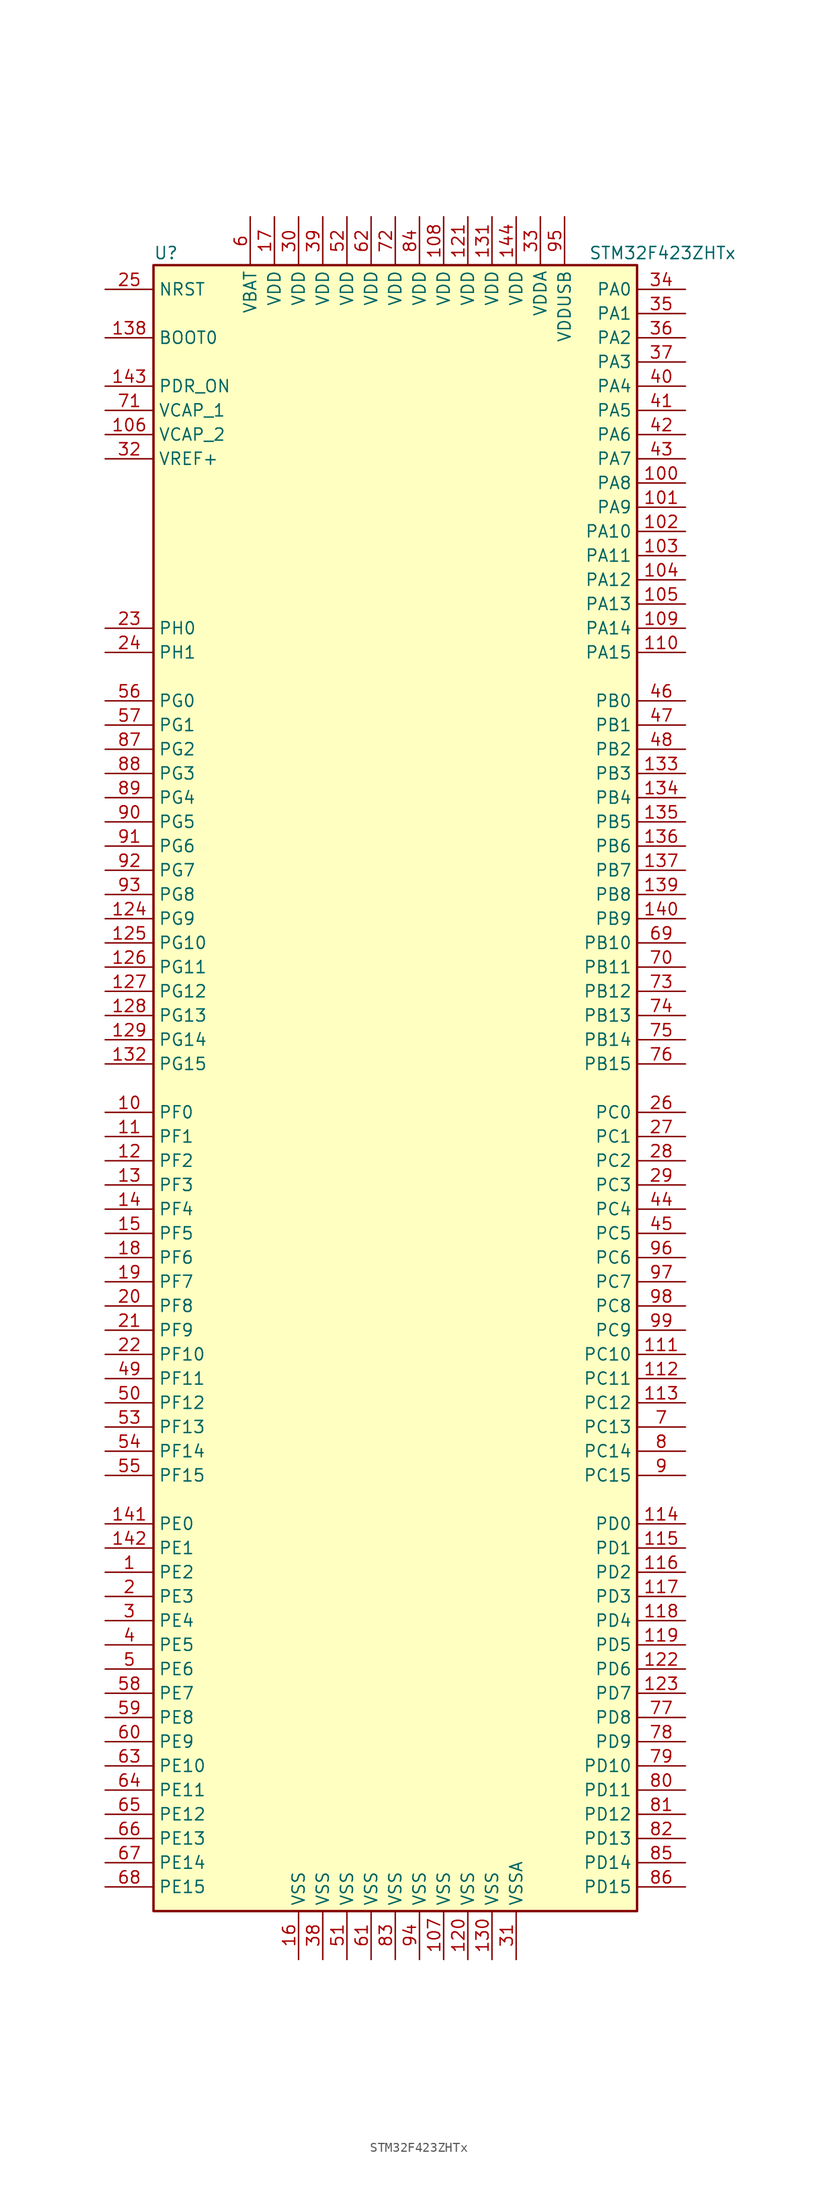
<source format=kicad_sym>
(kicad_symbol_lib
  (version 20201005)
  (generator kicad_symbol_editor)
  (symbol "STM32F423ZHTx"
    (property "Reference" "U"
      (at -25.4 87.63 0)
      (effects (font (size 1.27 1.27)) (justify left)))
    (property "Value" "STM32F423ZHTx"
      (at 20.32 87.63 0)
      (effects (font (size 1.27 1.27)) (justify left)))
    (symbol "STM32F423ZHTx_0_1"
      (rectangle (start -25.4 -86.36) (end 25.4 86.36) (stroke (width 0.254)) (fill (type background))))
    (symbol "STM32F423ZHTx_1_1"
      (pin input line (at -30.48 78.74 0) (length 5.08) (name "BOOT0" (effects (font (size 1.27 1.27)))) (number "138" (effects (font (size 1.27 1.27)))))
      (pin input line (at -30.48 83.82 0) (length 5.08) (name "NRST" (effects (font (size 1.27 1.27)))) (number "25" (effects (font (size 1.27 1.27)))))
      (pin bidirectional line (at 30.48 83.82 180) (length 5.08) (name "PA0" (effects (font (size 1.27 1.27)))) (number "34" (effects (font (size 1.27 1.27)))))
      (pin bidirectional line (at 30.48 81.28 180) (length 5.08) (name "PA1" (effects (font (size 1.27 1.27)))) (number "35" (effects (font (size 1.27 1.27)))))
      (pin bidirectional line (at 30.48 58.42 180) (length 5.08) (name "PA10" (effects (font (size 1.27 1.27)))) (number "102" (effects (font (size 1.27 1.27)))))
      (pin bidirectional line (at 30.48 55.88 180) (length 5.08) (name "PA11" (effects (font (size 1.27 1.27)))) (number "103" (effects (font (size 1.27 1.27)))))
      (pin bidirectional line (at 30.48 53.34 180) (length 5.08) (name "PA12" (effects (font (size 1.27 1.27)))) (number "104" (effects (font (size 1.27 1.27)))))
      (pin bidirectional line (at 30.48 50.8 180) (length 5.08) (name "PA13" (effects (font (size 1.27 1.27)))) (number "105" (effects (font (size 1.27 1.27)))))
      (pin bidirectional line (at 30.48 48.26 180) (length 5.08) (name "PA14" (effects (font (size 1.27 1.27)))) (number "109" (effects (font (size 1.27 1.27)))))
      (pin bidirectional line (at 30.48 45.72 180) (length 5.08) (name "PA15" (effects (font (size 1.27 1.27)))) (number "110" (effects (font (size 1.27 1.27)))))
      (pin bidirectional line (at 30.48 78.74 180) (length 5.08) (name "PA2" (effects (font (size 1.27 1.27)))) (number "36" (effects (font (size 1.27 1.27)))))
      (pin bidirectional line (at 30.48 76.2 180) (length 5.08) (name "PA3" (effects (font (size 1.27 1.27)))) (number "37" (effects (font (size 1.27 1.27)))))
      (pin bidirectional line (at 30.48 73.66 180) (length 5.08) (name "PA4" (effects (font (size 1.27 1.27)))) (number "40" (effects (font (size 1.27 1.27)))))
      (pin bidirectional line (at 30.48 71.12 180) (length 5.08) (name "PA5" (effects (font (size 1.27 1.27)))) (number "41" (effects (font (size 1.27 1.27)))))
      (pin bidirectional line (at 30.48 68.58 180) (length 5.08) (name "PA6" (effects (font (size 1.27 1.27)))) (number "42" (effects (font (size 1.27 1.27)))))
      (pin bidirectional line (at 30.48 66.04 180) (length 5.08) (name "PA7" (effects (font (size 1.27 1.27)))) (number "43" (effects (font (size 1.27 1.27)))))
      (pin bidirectional line (at 30.48 63.5 180) (length 5.08) (name "PA8" (effects (font (size 1.27 1.27)))) (number "100" (effects (font (size 1.27 1.27)))))
      (pin bidirectional line (at 30.48 60.96 180) (length 5.08) (name "PA9" (effects (font (size 1.27 1.27)))) (number "101" (effects (font (size 1.27 1.27)))))
      (pin bidirectional line (at 30.48 40.64 180) (length 5.08) (name "PB0" (effects (font (size 1.27 1.27)))) (number "46" (effects (font (size 1.27 1.27)))))
      (pin bidirectional line (at 30.48 38.1 180) (length 5.08) (name "PB1" (effects (font (size 1.27 1.27)))) (number "47" (effects (font (size 1.27 1.27)))))
      (pin bidirectional line (at 30.48 15.24 180) (length 5.08) (name "PB10" (effects (font (size 1.27 1.27)))) (number "69" (effects (font (size 1.27 1.27)))))
      (pin bidirectional line (at 30.48 12.7 180) (length 5.08) (name "PB11" (effects (font (size 1.27 1.27)))) (number "70" (effects (font (size 1.27 1.27)))))
      (pin bidirectional line (at 30.48 10.16 180) (length 5.08) (name "PB12" (effects (font (size 1.27 1.27)))) (number "73" (effects (font (size 1.27 1.27)))))
      (pin bidirectional line (at 30.48 7.62 180) (length 5.08) (name "PB13" (effects (font (size 1.27 1.27)))) (number "74" (effects (font (size 1.27 1.27)))))
      (pin bidirectional line (at 30.48 5.08 180) (length 5.08) (name "PB14" (effects (font (size 1.27 1.27)))) (number "75" (effects (font (size 1.27 1.27)))))
      (pin bidirectional line (at 30.48 2.54 180) (length 5.08) (name "PB15" (effects (font (size 1.27 1.27)))) (number "76" (effects (font (size 1.27 1.27)))))
      (pin bidirectional line (at 30.48 35.56 180) (length 5.08) (name "PB2" (effects (font (size 1.27 1.27)))) (number "48" (effects (font (size 1.27 1.27)))))
      (pin bidirectional line (at 30.48 33.02 180) (length 5.08) (name "PB3" (effects (font (size 1.27 1.27)))) (number "133" (effects (font (size 1.27 1.27)))))
      (pin bidirectional line (at 30.48 30.48 180) (length 5.08) (name "PB4" (effects (font (size 1.27 1.27)))) (number "134" (effects (font (size 1.27 1.27)))))
      (pin bidirectional line (at 30.48 27.94 180) (length 5.08) (name "PB5" (effects (font (size 1.27 1.27)))) (number "135" (effects (font (size 1.27 1.27)))))
      (pin bidirectional line (at 30.48 25.4 180) (length 5.08) (name "PB6" (effects (font (size 1.27 1.27)))) (number "136" (effects (font (size 1.27 1.27)))))
      (pin bidirectional line (at 30.48 22.86 180) (length 5.08) (name "PB7" (effects (font (size 1.27 1.27)))) (number "137" (effects (font (size 1.27 1.27)))))
      (pin bidirectional line (at 30.48 20.32 180) (length 5.08) (name "PB8" (effects (font (size 1.27 1.27)))) (number "139" (effects (font (size 1.27 1.27)))))
      (pin bidirectional line (at 30.48 17.78 180) (length 5.08) (name "PB9" (effects (font (size 1.27 1.27)))) (number "140" (effects (font (size 1.27 1.27)))))
      (pin bidirectional line (at 30.48 -2.54 180) (length 5.08) (name "PC0" (effects (font (size 1.27 1.27)))) (number "26" (effects (font (size 1.27 1.27)))))
      (pin bidirectional line (at 30.48 -5.08 180) (length 5.08) (name "PC1" (effects (font (size 1.27 1.27)))) (number "27" (effects (font (size 1.27 1.27)))))
      (pin bidirectional line (at 30.48 -27.94 180) (length 5.08) (name "PC10" (effects (font (size 1.27 1.27)))) (number "111" (effects (font (size 1.27 1.27)))))
      (pin bidirectional line (at 30.48 -30.48 180) (length 5.08) (name "PC11" (effects (font (size 1.27 1.27)))) (number "112" (effects (font (size 1.27 1.27)))))
      (pin bidirectional line (at 30.48 -33.02 180) (length 5.08) (name "PC12" (effects (font (size 1.27 1.27)))) (number "113" (effects (font (size 1.27 1.27)))))
      (pin bidirectional line (at 30.48 -35.56 180) (length 5.08) (name "PC13" (effects (font (size 1.27 1.27)))) (number "7" (effects (font (size 1.27 1.27)))))
      (pin bidirectional line (at 30.48 -38.1 180) (length 5.08) (name "PC14" (effects (font (size 1.27 1.27)))) (number "8" (effects (font (size 1.27 1.27)))))
      (pin bidirectional line (at 30.48 -40.64 180) (length 5.08) (name "PC15" (effects (font (size 1.27 1.27)))) (number "9" (effects (font (size 1.27 1.27)))))
      (pin bidirectional line (at 30.48 -7.62 180) (length 5.08) (name "PC2" (effects (font (size 1.27 1.27)))) (number "28" (effects (font (size 1.27 1.27)))))
      (pin bidirectional line (at 30.48 -10.16 180) (length 5.08) (name "PC3" (effects (font (size 1.27 1.27)))) (number "29" (effects (font (size 1.27 1.27)))))
      (pin bidirectional line (at 30.48 -12.7 180) (length 5.08) (name "PC4" (effects (font (size 1.27 1.27)))) (number "44" (effects (font (size 1.27 1.27)))))
      (pin bidirectional line (at 30.48 -15.24 180) (length 5.08) (name "PC5" (effects (font (size 1.27 1.27)))) (number "45" (effects (font (size 1.27 1.27)))))
      (pin bidirectional line (at 30.48 -17.78 180) (length 5.08) (name "PC6" (effects (font (size 1.27 1.27)))) (number "96" (effects (font (size 1.27 1.27)))))
      (pin bidirectional line (at 30.48 -20.32 180) (length 5.08) (name "PC7" (effects (font (size 1.27 1.27)))) (number "97" (effects (font (size 1.27 1.27)))))
      (pin bidirectional line (at 30.48 -22.86 180) (length 5.08) (name "PC8" (effects (font (size 1.27 1.27)))) (number "98" (effects (font (size 1.27 1.27)))))
      (pin bidirectional line (at 30.48 -25.4 180) (length 5.08) (name "PC9" (effects (font (size 1.27 1.27)))) (number "99" (effects (font (size 1.27 1.27)))))
      (pin bidirectional line (at 30.48 -45.72 180) (length 5.08) (name "PD0" (effects (font (size 1.27 1.27)))) (number "114" (effects (font (size 1.27 1.27)))))
      (pin bidirectional line (at 30.48 -48.26 180) (length 5.08) (name "PD1" (effects (font (size 1.27 1.27)))) (number "115" (effects (font (size 1.27 1.27)))))
      (pin bidirectional line (at 30.48 -71.12 180) (length 5.08) (name "PD10" (effects (font (size 1.27 1.27)))) (number "79" (effects (font (size 1.27 1.27)))))
      (pin bidirectional line (at 30.48 -73.66 180) (length 5.08) (name "PD11" (effects (font (size 1.27 1.27)))) (number "80" (effects (font (size 1.27 1.27)))))
      (pin bidirectional line (at 30.48 -76.2 180) (length 5.08) (name "PD12" (effects (font (size 1.27 1.27)))) (number "81" (effects (font (size 1.27 1.27)))))
      (pin bidirectional line (at 30.48 -78.74 180) (length 5.08) (name "PD13" (effects (font (size 1.27 1.27)))) (number "82" (effects (font (size 1.27 1.27)))))
      (pin bidirectional line (at 30.48 -81.28 180) (length 5.08) (name "PD14" (effects (font (size 1.27 1.27)))) (number "85" (effects (font (size 1.27 1.27)))))
      (pin bidirectional line (at 30.48 -83.82 180) (length 5.08) (name "PD15" (effects (font (size 1.27 1.27)))) (number "86" (effects (font (size 1.27 1.27)))))
      (pin bidirectional line (at 30.48 -50.8 180) (length 5.08) (name "PD2" (effects (font (size 1.27 1.27)))) (number "116" (effects (font (size 1.27 1.27)))))
      (pin bidirectional line (at 30.48 -53.34 180) (length 5.08) (name "PD3" (effects (font (size 1.27 1.27)))) (number "117" (effects (font (size 1.27 1.27)))))
      (pin bidirectional line (at 30.48 -55.88 180) (length 5.08) (name "PD4" (effects (font (size 1.27 1.27)))) (number "118" (effects (font (size 1.27 1.27)))))
      (pin bidirectional line (at 30.48 -58.42 180) (length 5.08) (name "PD5" (effects (font (size 1.27 1.27)))) (number "119" (effects (font (size 1.27 1.27)))))
      (pin bidirectional line (at 30.48 -60.96 180) (length 5.08) (name "PD6" (effects (font (size 1.27 1.27)))) (number "122" (effects (font (size 1.27 1.27)))))
      (pin bidirectional line (at 30.48 -63.5 180) (length 5.08) (name "PD7" (effects (font (size 1.27 1.27)))) (number "123" (effects (font (size 1.27 1.27)))))
      (pin bidirectional line (at 30.48 -66.04 180) (length 5.08) (name "PD8" (effects (font (size 1.27 1.27)))) (number "77" (effects (font (size 1.27 1.27)))))
      (pin bidirectional line (at 30.48 -68.58 180) (length 5.08) (name "PD9" (effects (font (size 1.27 1.27)))) (number "78" (effects (font (size 1.27 1.27)))))
      (pin power_in line (at -30.48 73.66 0) (length 5.08) (name "PDR_ON" (effects (font (size 1.27 1.27)))) (number "143" (effects (font (size 1.27 1.27)))))
      (pin bidirectional line (at -30.48 -45.72 0) (length 5.08) (name "PE0" (effects (font (size 1.27 1.27)))) (number "141" (effects (font (size 1.27 1.27)))))
      (pin bidirectional line (at -30.48 -48.26 0) (length 5.08) (name "PE1" (effects (font (size 1.27 1.27)))) (number "142" (effects (font (size 1.27 1.27)))))
      (pin bidirectional line (at -30.48 -71.12 0) (length 5.08) (name "PE10" (effects (font (size 1.27 1.27)))) (number "63" (effects (font (size 1.27 1.27)))))
      (pin bidirectional line (at -30.48 -73.66 0) (length 5.08) (name "PE11" (effects (font (size 1.27 1.27)))) (number "64" (effects (font (size 1.27 1.27)))))
      (pin bidirectional line (at -30.48 -76.2 0) (length 5.08) (name "PE12" (effects (font (size 1.27 1.27)))) (number "65" (effects (font (size 1.27 1.27)))))
      (pin bidirectional line (at -30.48 -78.74 0) (length 5.08) (name "PE13" (effects (font (size 1.27 1.27)))) (number "66" (effects (font (size 1.27 1.27)))))
      (pin bidirectional line (at -30.48 -81.28 0) (length 5.08) (name "PE14" (effects (font (size 1.27 1.27)))) (number "67" (effects (font (size 1.27 1.27)))))
      (pin bidirectional line (at -30.48 -83.82 0) (length 5.08) (name "PE15" (effects (font (size 1.27 1.27)))) (number "68" (effects (font (size 1.27 1.27)))))
      (pin bidirectional line (at -30.48 -50.8 0) (length 5.08) (name "PE2" (effects (font (size 1.27 1.27)))) (number "1" (effects (font (size 1.27 1.27)))))
      (pin bidirectional line (at -30.48 -53.34 0) (length 5.08) (name "PE3" (effects (font (size 1.27 1.27)))) (number "2" (effects (font (size 1.27 1.27)))))
      (pin bidirectional line (at -30.48 -55.88 0) (length 5.08) (name "PE4" (effects (font (size 1.27 1.27)))) (number "3" (effects (font (size 1.27 1.27)))))
      (pin bidirectional line (at -30.48 -58.42 0) (length 5.08) (name "PE5" (effects (font (size 1.27 1.27)))) (number "4" (effects (font (size 1.27 1.27)))))
      (pin bidirectional line (at -30.48 -60.96 0) (length 5.08) (name "PE6" (effects (font (size 1.27 1.27)))) (number "5" (effects (font (size 1.27 1.27)))))
      (pin bidirectional line (at -30.48 -63.5 0) (length 5.08) (name "PE7" (effects (font (size 1.27 1.27)))) (number "58" (effects (font (size 1.27 1.27)))))
      (pin bidirectional line (at -30.48 -66.04 0) (length 5.08) (name "PE8" (effects (font (size 1.27 1.27)))) (number "59" (effects (font (size 1.27 1.27)))))
      (pin bidirectional line (at -30.48 -68.58 0) (length 5.08) (name "PE9" (effects (font (size 1.27 1.27)))) (number "60" (effects (font (size 1.27 1.27)))))
      (pin bidirectional line (at -30.48 -2.54 0) (length 5.08) (name "PF0" (effects (font (size 1.27 1.27)))) (number "10" (effects (font (size 1.27 1.27)))))
      (pin bidirectional line (at -30.48 -5.08 0) (length 5.08) (name "PF1" (effects (font (size 1.27 1.27)))) (number "11" (effects (font (size 1.27 1.27)))))
      (pin bidirectional line (at -30.48 -27.94 0) (length 5.08) (name "PF10" (effects (font (size 1.27 1.27)))) (number "22" (effects (font (size 1.27 1.27)))))
      (pin bidirectional line (at -30.48 -30.48 0) (length 5.08) (name "PF11" (effects (font (size 1.27 1.27)))) (number "49" (effects (font (size 1.27 1.27)))))
      (pin bidirectional line (at -30.48 -33.02 0) (length 5.08) (name "PF12" (effects (font (size 1.27 1.27)))) (number "50" (effects (font (size 1.27 1.27)))))
      (pin bidirectional line (at -30.48 -35.56 0) (length 5.08) (name "PF13" (effects (font (size 1.27 1.27)))) (number "53" (effects (font (size 1.27 1.27)))))
      (pin bidirectional line (at -30.48 -38.1 0) (length 5.08) (name "PF14" (effects (font (size 1.27 1.27)))) (number "54" (effects (font (size 1.27 1.27)))))
      (pin bidirectional line (at -30.48 -40.64 0) (length 5.08) (name "PF15" (effects (font (size 1.27 1.27)))) (number "55" (effects (font (size 1.27 1.27)))))
      (pin bidirectional line (at -30.48 -7.62 0) (length 5.08) (name "PF2" (effects (font (size 1.27 1.27)))) (number "12" (effects (font (size 1.27 1.27)))))
      (pin bidirectional line (at -30.48 -10.16 0) (length 5.08) (name "PF3" (effects (font (size 1.27 1.27)))) (number "13" (effects (font (size 1.27 1.27)))))
      (pin bidirectional line (at -30.48 -12.7 0) (length 5.08) (name "PF4" (effects (font (size 1.27 1.27)))) (number "14" (effects (font (size 1.27 1.27)))))
      (pin bidirectional line (at -30.48 -15.24 0) (length 5.08) (name "PF5" (effects (font (size 1.27 1.27)))) (number "15" (effects (font (size 1.27 1.27)))))
      (pin bidirectional line (at -30.48 -17.78 0) (length 5.08) (name "PF6" (effects (font (size 1.27 1.27)))) (number "18" (effects (font (size 1.27 1.27)))))
      (pin bidirectional line (at -30.48 -20.32 0) (length 5.08) (name "PF7" (effects (font (size 1.27 1.27)))) (number "19" (effects (font (size 1.27 1.27)))))
      (pin bidirectional line (at -30.48 -22.86 0) (length 5.08) (name "PF8" (effects (font (size 1.27 1.27)))) (number "20" (effects (font (size 1.27 1.27)))))
      (pin bidirectional line (at -30.48 -25.4 0) (length 5.08) (name "PF9" (effects (font (size 1.27 1.27)))) (number "21" (effects (font (size 1.27 1.27)))))
      (pin bidirectional line (at -30.48 40.64 0) (length 5.08) (name "PG0" (effects (font (size 1.27 1.27)))) (number "56" (effects (font (size 1.27 1.27)))))
      (pin bidirectional line (at -30.48 38.1 0) (length 5.08) (name "PG1" (effects (font (size 1.27 1.27)))) (number "57" (effects (font (size 1.27 1.27)))))
      (pin bidirectional line (at -30.48 15.24 0) (length 5.08) (name "PG10" (effects (font (size 1.27 1.27)))) (number "125" (effects (font (size 1.27 1.27)))))
      (pin bidirectional line (at -30.48 12.7 0) (length 5.08) (name "PG11" (effects (font (size 1.27 1.27)))) (number "126" (effects (font (size 1.27 1.27)))))
      (pin bidirectional line (at -30.48 10.16 0) (length 5.08) (name "PG12" (effects (font (size 1.27 1.27)))) (number "127" (effects (font (size 1.27 1.27)))))
      (pin bidirectional line (at -30.48 7.62 0) (length 5.08) (name "PG13" (effects (font (size 1.27 1.27)))) (number "128" (effects (font (size 1.27 1.27)))))
      (pin bidirectional line (at -30.48 5.08 0) (length 5.08) (name "PG14" (effects (font (size 1.27 1.27)))) (number "129" (effects (font (size 1.27 1.27)))))
      (pin bidirectional line (at -30.48 2.54 0) (length 5.08) (name "PG15" (effects (font (size 1.27 1.27)))) (number "132" (effects (font (size 1.27 1.27)))))
      (pin bidirectional line (at -30.48 35.56 0) (length 5.08) (name "PG2" (effects (font (size 1.27 1.27)))) (number "87" (effects (font (size 1.27 1.27)))))
      (pin bidirectional line (at -30.48 33.02 0) (length 5.08) (name "PG3" (effects (font (size 1.27 1.27)))) (number "88" (effects (font (size 1.27 1.27)))))
      (pin bidirectional line (at -30.48 30.48 0) (length 5.08) (name "PG4" (effects (font (size 1.27 1.27)))) (number "89" (effects (font (size 1.27 1.27)))))
      (pin bidirectional line (at -30.48 27.94 0) (length 5.08) (name "PG5" (effects (font (size 1.27 1.27)))) (number "90" (effects (font (size 1.27 1.27)))))
      (pin bidirectional line (at -30.48 25.4 0) (length 5.08) (name "PG6" (effects (font (size 1.27 1.27)))) (number "91" (effects (font (size 1.27 1.27)))))
      (pin bidirectional line (at -30.48 22.86 0) (length 5.08) (name "PG7" (effects (font (size 1.27 1.27)))) (number "92" (effects (font (size 1.27 1.27)))))
      (pin bidirectional line (at -30.48 20.32 0) (length 5.08) (name "PG8" (effects (font (size 1.27 1.27)))) (number "93" (effects (font (size 1.27 1.27)))))
      (pin bidirectional line (at -30.48 17.78 0) (length 5.08) (name "PG9" (effects (font (size 1.27 1.27)))) (number "124" (effects (font (size 1.27 1.27)))))
      (pin input line (at -30.48 48.26 0) (length 5.08) (name "PH0" (effects (font (size 1.27 1.27)))) (number "23" (effects (font (size 1.27 1.27)))))
      (pin input line (at -30.48 45.72 0) (length 5.08) (name "PH1" (effects (font (size 1.27 1.27)))) (number "24" (effects (font (size 1.27 1.27)))))
      (pin power_in line (at -15.24 91.44 270) (length 5.08) (name "VBAT" (effects (font (size 1.27 1.27)))) (number "6" (effects (font (size 1.27 1.27)))))
      (pin power_in line (at -30.48 71.12 0) (length 5.08) (name "VCAP_1" (effects (font (size 1.27 1.27)))) (number "71" (effects (font (size 1.27 1.27)))))
      (pin power_in line (at -30.48 68.58 0) (length 5.08) (name "VCAP_2" (effects (font (size 1.27 1.27)))) (number "106" (effects (font (size 1.27 1.27)))))
      (pin power_in line (at 5.08 91.44 270) (length 5.08) (name "VDD" (effects (font (size 1.27 1.27)))) (number "108" (effects (font (size 1.27 1.27)))))
      (pin power_in line (at 7.62 91.44 270) (length 5.08) (name "VDD" (effects (font (size 1.27 1.27)))) (number "121" (effects (font (size 1.27 1.27)))))
      (pin power_in line (at 10.16 91.44 270) (length 5.08) (name "VDD" (effects (font (size 1.27 1.27)))) (number "131" (effects (font (size 1.27 1.27)))))
      (pin power_in line (at 12.7 91.44 270) (length 5.08) (name "VDD" (effects (font (size 1.27 1.27)))) (number "144" (effects (font (size 1.27 1.27)))))
      (pin power_in line (at -12.7 91.44 270) (length 5.08) (name "VDD" (effects (font (size 1.27 1.27)))) (number "17" (effects (font (size 1.27 1.27)))))
      (pin power_in line (at -10.16 91.44 270) (length 5.08) (name "VDD" (effects (font (size 1.27 1.27)))) (number "30" (effects (font (size 1.27 1.27)))))
      (pin power_in line (at -7.62 91.44 270) (length 5.08) (name "VDD" (effects (font (size 1.27 1.27)))) (number "39" (effects (font (size 1.27 1.27)))))
      (pin power_in line (at -5.08 91.44 270) (length 5.08) (name "VDD" (effects (font (size 1.27 1.27)))) (number "52" (effects (font (size 1.27 1.27)))))
      (pin power_in line (at -2.54 91.44 270) (length 5.08) (name "VDD" (effects (font (size 1.27 1.27)))) (number "62" (effects (font (size 1.27 1.27)))))
      (pin power_in line (at 0 91.44 270) (length 5.08) (name "VDD" (effects (font (size 1.27 1.27)))) (number "72" (effects (font (size 1.27 1.27)))))
      (pin power_in line (at 2.54 91.44 270) (length 5.08) (name "VDD" (effects (font (size 1.27 1.27)))) (number "84" (effects (font (size 1.27 1.27)))))
      (pin power_in line (at 15.24 91.44 270) (length 5.08) (name "VDDA" (effects (font (size 1.27 1.27)))) (number "33" (effects (font (size 1.27 1.27)))))
      (pin power_in line (at 17.78 91.44 270) (length 5.08) (name "VDDUSB" (effects (font (size 1.27 1.27)))) (number "95" (effects (font (size 1.27 1.27)))))
      (pin power_in line (at -30.48 66.04 0) (length 5.08) (name "VREF+" (effects (font (size 1.27 1.27)))) (number "32" (effects (font (size 1.27 1.27)))))
      (pin power_in line (at 5.08 -91.44 90) (length 5.08) (name "VSS" (effects (font (size 1.27 1.27)))) (number "107" (effects (font (size 1.27 1.27)))))
      (pin power_in line (at 7.62 -91.44 90) (length 5.08) (name "VSS" (effects (font (size 1.27 1.27)))) (number "120" (effects (font (size 1.27 1.27)))))
      (pin power_in line (at 10.16 -91.44 90) (length 5.08) (name "VSS" (effects (font (size 1.27 1.27)))) (number "130" (effects (font (size 1.27 1.27)))))
      (pin power_in line (at -10.16 -91.44 90) (length 5.08) (name "VSS" (effects (font (size 1.27 1.27)))) (number "16" (effects (font (size 1.27 1.27)))))
      (pin power_in line (at -7.62 -91.44 90) (length 5.08) (name "VSS" (effects (font (size 1.27 1.27)))) (number "38" (effects (font (size 1.27 1.27)))))
      (pin power_in line (at -5.08 -91.44 90) (length 5.08) (name "VSS" (effects (font (size 1.27 1.27)))) (number "51" (effects (font (size 1.27 1.27)))))
      (pin power_in line (at -2.54 -91.44 90) (length 5.08) (name "VSS" (effects (font (size 1.27 1.27)))) (number "61" (effects (font (size 1.27 1.27)))))
      (pin power_in line (at 0 -91.44 90) (length 5.08) (name "VSS" (effects (font (size 1.27 1.27)))) (number "83" (effects (font (size 1.27 1.27)))))
      (pin power_in line (at 2.54 -91.44 90) (length 5.08) (name "VSS" (effects (font (size 1.27 1.27)))) (number "94" (effects (font (size 1.27 1.27)))))
      (pin power_in line (at 12.7 -91.44 90) (length 5.08) (name "VSSA" (effects (font (size 1.27 1.27)))) (number "31" (effects (font (size 1.27 1.27))))))))
</source>
